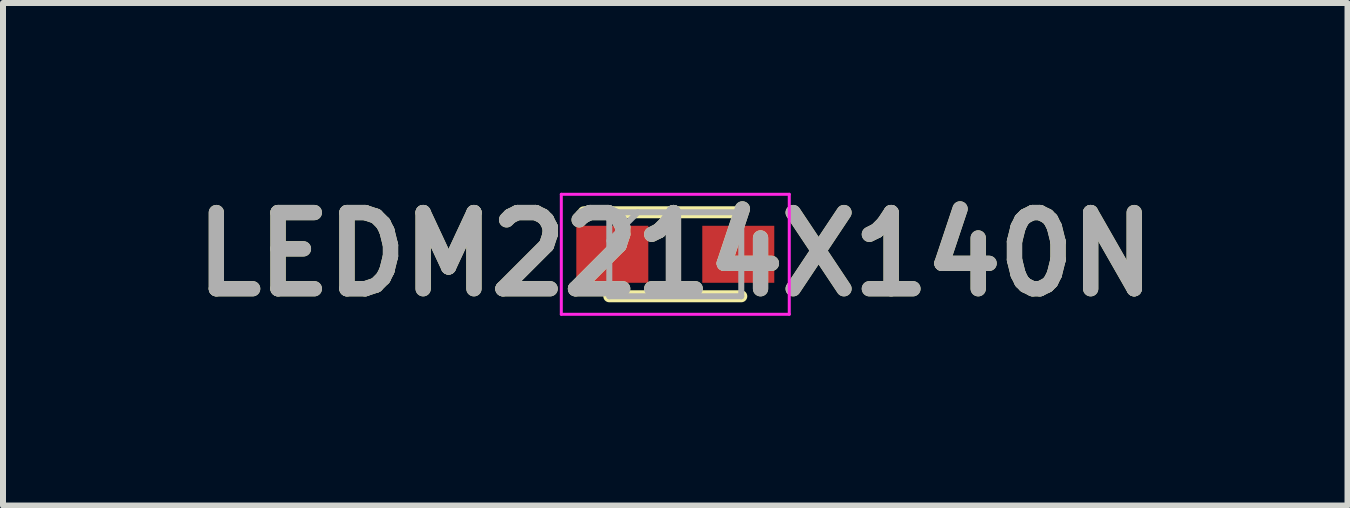
<source format=kicad_pcb>
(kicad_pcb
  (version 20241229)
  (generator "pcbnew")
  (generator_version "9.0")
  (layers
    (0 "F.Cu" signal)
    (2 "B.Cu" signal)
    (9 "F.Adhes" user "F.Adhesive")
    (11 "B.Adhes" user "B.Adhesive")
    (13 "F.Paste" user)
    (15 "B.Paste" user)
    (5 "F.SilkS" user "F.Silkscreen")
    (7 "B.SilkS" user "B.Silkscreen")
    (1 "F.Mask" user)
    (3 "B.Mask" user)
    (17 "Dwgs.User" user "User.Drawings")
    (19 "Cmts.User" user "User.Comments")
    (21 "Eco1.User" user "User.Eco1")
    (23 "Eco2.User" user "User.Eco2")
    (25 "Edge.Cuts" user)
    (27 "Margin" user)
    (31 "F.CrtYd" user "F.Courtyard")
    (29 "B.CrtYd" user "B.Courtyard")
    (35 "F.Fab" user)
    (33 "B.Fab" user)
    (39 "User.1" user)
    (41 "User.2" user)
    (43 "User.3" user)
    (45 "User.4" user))
  (footprint "LEDM2214X140N"
    (layer "F.Cu")
    (at 8.207 1.189)
    (property "Reference" "LEDM2214X140N" (at 0 0 0) (layer "F.SilkS") (effects (font (size 1.27 1.27) (thickness 0.254))))
    (attr smd)
    (fp_line (start -1.1 0.7) (end 1.1 0.7) (stroke (width 0.2) (type solid)) (layer "F.SilkS"))
    (fp_line (start 1.1 -0.7) (end -1.525 -0.7) (stroke (width 0.2) (type solid)) (layer "F.SilkS"))
    (fp_line (start -1.9 -1) (end 1.9 -1) (stroke (width 0.05) (type solid)) (layer "F.CrtYd"))
    (fp_line (start -1.9 1) (end -1.9 -1) (stroke (width 0.05) (type solid)) (layer "F.CrtYd"))
    (fp_line (start 1.9 -1) (end 1.9 1) (stroke (width 0.05) (type solid)) (layer "F.CrtYd"))
    (fp_line (start 1.9 1) (end -1.9 1) (stroke (width 0.05) (type solid)) (layer "F.CrtYd"))
    (fp_line (start -1.1 -0.7) (end 1.1 -0.7) (stroke (width 0.1) (type solid)) (layer "F.Fab"))
    (fp_line (start -1.1 -0.225) (end -0.625 -0.7) (stroke (width 0.1) (type solid)) (layer "F.Fab"))
    (fp_line (start -1.1 0.7) (end -1.1 -0.7) (stroke (width 0.1) (type solid)) (layer "F.Fab"))
    (fp_line (start 1.1 -0.7) (end 1.1 0.7) (stroke (width 0.1) (type solid)) (layer "F.Fab"))
    (fp_line (start 1.1 0.7) (end -1.1 0.7) (stroke (width 0.1) (type solid)) (layer "F.Fab"))
    (fp_text user "${REFERENCE}" (at 0 0 0) (layer "F.Fab") (effects (font (size 1.27 1.27) (thickness 0.254))))
    (pad "1" smd rect (at -1.05 0 90) (size 0.95 1.2) (layers "F.Cu" "F.Mask" "F.Paste"))
    (pad "2" smd rect (at 1.05 0 90) (size 0.95 1.2) (layers "F.Cu" "F.Mask" "F.Paste")))
  (gr_rect
    (start -3 -3)
    (end 19.413 5.377)
    (stroke (width 0.1) (type default))
    (fill no)
    (layer "Edge.Cuts")))
</source>
